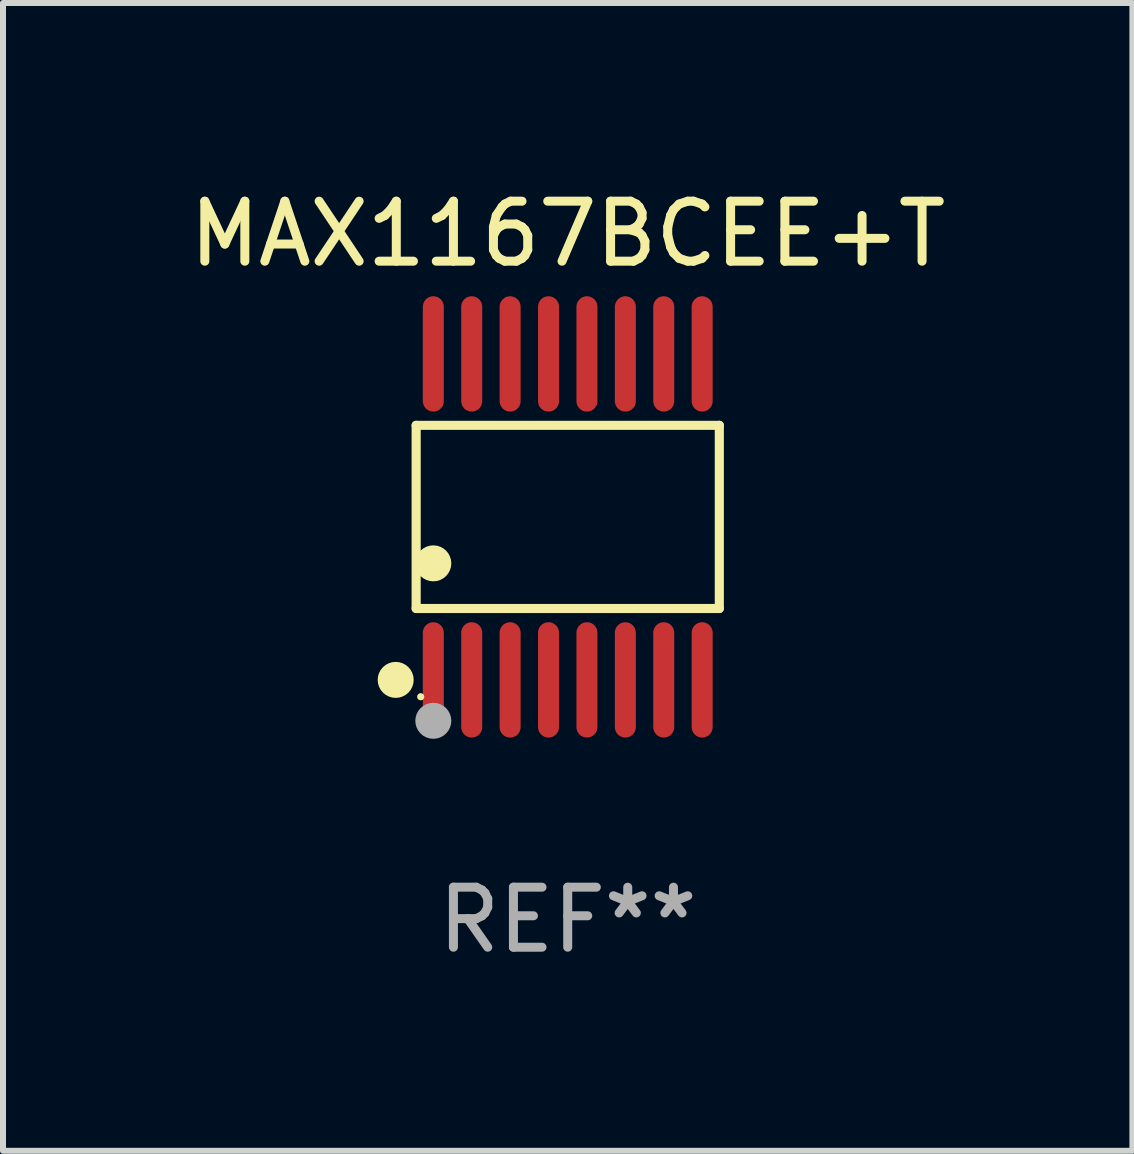
<source format=kicad_pcb>
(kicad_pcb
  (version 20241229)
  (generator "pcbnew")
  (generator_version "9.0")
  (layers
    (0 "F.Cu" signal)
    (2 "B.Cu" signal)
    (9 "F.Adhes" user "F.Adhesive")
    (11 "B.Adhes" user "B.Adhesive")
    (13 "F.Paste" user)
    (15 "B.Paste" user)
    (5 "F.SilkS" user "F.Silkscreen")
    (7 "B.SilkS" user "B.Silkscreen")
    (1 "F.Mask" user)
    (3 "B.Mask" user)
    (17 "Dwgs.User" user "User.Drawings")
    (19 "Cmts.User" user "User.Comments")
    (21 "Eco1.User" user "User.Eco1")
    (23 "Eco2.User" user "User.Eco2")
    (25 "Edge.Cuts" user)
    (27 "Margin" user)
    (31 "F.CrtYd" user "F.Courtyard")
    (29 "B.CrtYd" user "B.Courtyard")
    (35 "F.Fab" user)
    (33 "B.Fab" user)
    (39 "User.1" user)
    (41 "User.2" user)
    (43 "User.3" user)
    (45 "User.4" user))
  (footprint "MAX1167BCEE+T"
    (layer "F.Cu")
    (at 6.411 5.564)
    (property "Reference" "MAX1167BCEE+T" (at 0 -4.716 0) (layer "F.SilkS") (effects (font (size 1 1) (thickness 0.15))))
    (attr through_hole)
    (fp_line (start -2.526 -1.526) (end 2.526 -1.526) (stroke (width 0.152) (type solid)) (layer "F.SilkS"))
    (fp_line (start -2.526 1.526) (end -2.526 -1.526) (stroke (width 0.152) (type solid)) (layer "F.SilkS"))
    (fp_line (start 2.526 -1.526) (end 2.526 1.526) (stroke (width 0.152) (type solid)) (layer "F.SilkS"))
    (fp_line (start 2.526 1.526) (end -2.526 1.526) (stroke (width 0.152) (type solid)) (layer "F.SilkS"))
    (fp_circle (center -2.867 2.716) (end -2.717 2.716) (stroke (width 0.3) (type solid)) (fill no) (layer "F.SilkS"))
    (fp_circle (center -2.45 2.997) (end -2.42 2.997) (stroke (width 0.06) (type solid)) (fill no) (layer "F.SilkS"))
    (fp_circle (center -2.24 0.774) (end -2.09 0.774) (stroke (width 0.3) (type solid)) (fill no) (layer "F.SilkS"))
    (fp_circle (center -2.24 3.398) (end -2.09 3.398) (stroke (width 0.3) (type solid)) (fill no) (layer "F.Fab"))
    (fp_text user "REF**" (at 0 6.716 0) (layer "F.Fab") (effects (font (size 1 1) (thickness 0.15))))
    (pad "1" smd oval (at -2.24 2.716) (size 0.35 1.922) (layers "F.Cu" "F.Mask" "F.Paste"))
    (pad "2" smd oval (at -1.6 2.716) (size 0.35 1.922) (layers "F.Cu" "F.Mask" "F.Paste"))
    (pad "3" smd oval (at -0.96 2.716) (size 0.35 1.922) (layers "F.Cu" "F.Mask" "F.Paste"))
    (pad "4" smd oval (at -0.32 2.716) (size 0.35 1.922) (layers "F.Cu" "F.Mask" "F.Paste"))
    (pad "5" smd oval (at 0.32 2.716) (size 0.35 1.922) (layers "F.Cu" "F.Mask" "F.Paste"))
    (pad "6" smd oval (at 0.96 2.716) (size 0.35 1.922) (layers "F.Cu" "F.Mask" "F.Paste"))
    (pad "7" smd oval (at 1.6 2.716) (size 0.35 1.922) (layers "F.Cu" "F.Mask" "F.Paste"))
    (pad "8" smd oval (at 2.24 2.716) (size 0.35 1.922) (layers "F.Cu" "F.Mask" "F.Paste"))
    (pad "9" smd oval (at 2.24 -2.716) (size 0.35 1.922) (layers "F.Cu" "F.Mask" "F.Paste"))
    (pad "10" smd oval (at 1.6 -2.716) (size 0.35 1.922) (layers "F.Cu" "F.Mask" "F.Paste"))
    (pad "11" smd oval (at 0.96 -2.716) (size 0.35 1.922) (layers "F.Cu" "F.Mask" "F.Paste"))
    (pad "12" smd oval (at 0.32 -2.716) (size 0.35 1.922) (layers "F.Cu" "F.Mask" "F.Paste"))
    (pad "13" smd oval (at -0.32 -2.716) (size 0.35 1.922) (layers "F.Cu" "F.Mask" "F.Paste"))
    (pad "14" smd oval (at -0.96 -2.716) (size 0.35 1.922) (layers "F.Cu" "F.Mask" "F.Paste"))
    (pad "15" smd oval (at -1.6 -2.716) (size 0.35 1.922) (layers "F.Cu" "F.Mask" "F.Paste"))
    (pad "16" smd oval (at -2.24 -2.716) (size 0.35 1.922) (layers "F.Cu" "F.Mask" "F.Paste")))
  (gr_rect
    (start -3 -3)
    (end 15.821 16.128)
    (stroke (width 0.1) (type default))
    (fill no)
    (layer "Edge.Cuts")))
</source>
